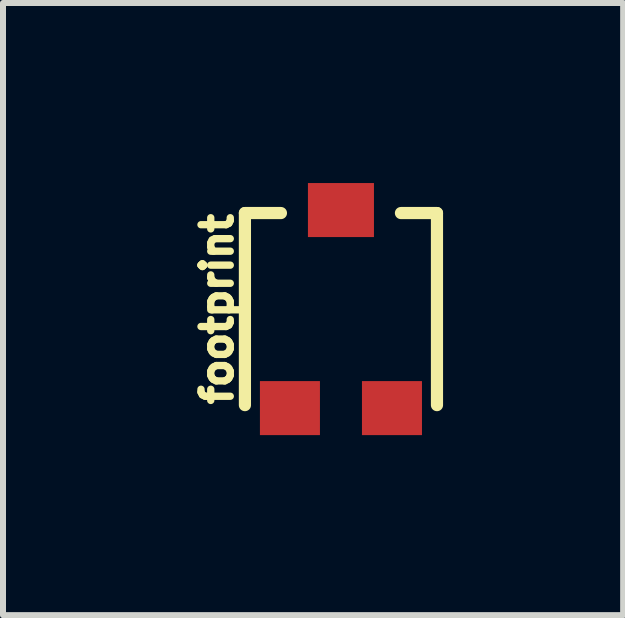
<source format=kicad_pcb>
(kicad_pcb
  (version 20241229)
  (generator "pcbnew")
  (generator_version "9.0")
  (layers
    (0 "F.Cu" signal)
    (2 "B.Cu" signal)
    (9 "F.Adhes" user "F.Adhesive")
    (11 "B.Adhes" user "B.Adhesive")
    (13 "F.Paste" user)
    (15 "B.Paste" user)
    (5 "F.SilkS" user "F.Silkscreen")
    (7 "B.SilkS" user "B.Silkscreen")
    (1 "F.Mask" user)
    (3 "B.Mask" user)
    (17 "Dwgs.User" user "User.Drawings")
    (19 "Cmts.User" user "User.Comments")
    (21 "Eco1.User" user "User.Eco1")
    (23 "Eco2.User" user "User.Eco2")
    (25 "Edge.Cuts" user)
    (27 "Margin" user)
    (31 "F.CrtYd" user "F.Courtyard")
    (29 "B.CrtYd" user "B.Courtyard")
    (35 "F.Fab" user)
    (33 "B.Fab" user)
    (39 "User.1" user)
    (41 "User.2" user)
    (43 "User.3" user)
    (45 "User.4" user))
  (footprint "footprint"
    (layer "F.Cu")
    (at 2.631 2.1)
    (property "Reference" "footprint" (at -1.778 0 90) (layer "F.SilkS") (effects (font (size 0.488 0.488) (thickness 0.122)) (justify bottom)))
    (fp_line (start -1.6 -1.6) (end -1.6 1.6) (stroke (width 0.203) (type solid)) (layer "F.SilkS"))
    (fp_line (start -1 -1.6) (end -1.6 -1.6) (stroke (width 0.203) (type solid)) (layer "F.SilkS"))
    (fp_line (start 1 -1.6) (end 1.6 -1.6) (stroke (width 0.203) (type solid)) (layer "F.SilkS"))
    (fp_line (start 1.6 -1.6) (end 1.6 1.6) (stroke (width 0.203) (type solid)) (layer "F.SilkS"))
    (pad "1" smd rect (at -0.85 1.65) (size 1 0.9) (layers "F.Cu" "F.Mask" "F.Paste"))
    (pad "2" smd rect (at 0 -1.65) (size 1.1 0.9) (layers "F.Cu" "F.Mask" "F.Paste"))
    (pad "3" smd rect (at 0.85 1.65) (size 1 0.9) (layers "F.Cu" "F.Mask" "F.Paste")))
  (gr_rect
    (start -3 -3)
    (end 7.333 7.2)
    (stroke (width 0.1) (type default))
    (fill no)
    (layer "Edge.Cuts")))
</source>
